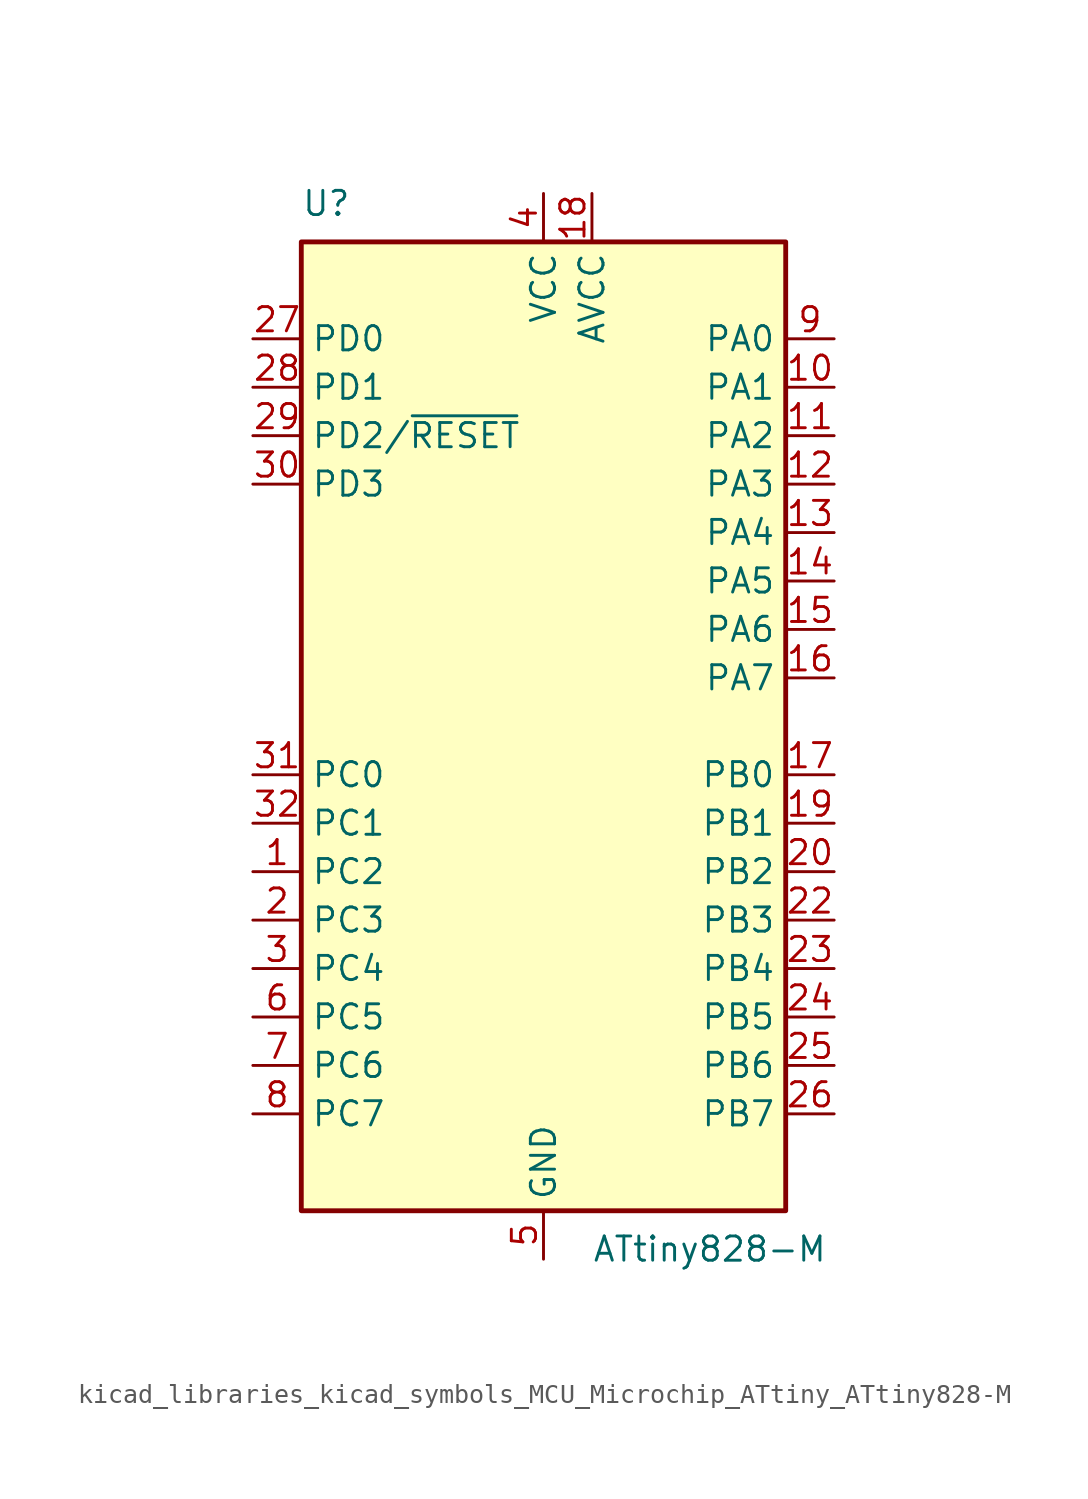
<source format=kicad_sym>
(kicad_symbol_lib
  (version 20220914)
  (generator kicad_symbol_editor)
  (symbol "kicad_libraries_kicad_symbols_MCU_Microchip_ATtiny_ATtiny828-M"
    (property "Reference" "U"
      (at -12.7 26.67 0)
      (effects (font (size 1.27 1.27)) (justify left bottom)))
    (property "Value" "ATtiny828-M"
      (at 2.54 -26.67 0)
      (effects (font (size 1.27 1.27)) (justify left top)))
    (symbol "kicad_libraries_kicad_symbols_MCU_Microchip_ATtiny_ATtiny828-M_0_1"
      (rectangle (start -12.7 -25.4) (end 12.7 25.4) (stroke (width 0.254) (type default)) (fill (type background))))
    (symbol "kicad_libraries_kicad_symbols_MCU_Microchip_ATtiny_ATtiny828-M_1_1"
      (pin bidirectional line (at -15.24 -7.62 0) (length 2.54) (name "PC2" (effects (font (size 1.27 1.27)))) (number "1" (effects (font (size 1.27 1.27)))))
      (pin bidirectional line (at 15.24 17.78 180) (length 2.54) (name "PA1" (effects (font (size 1.27 1.27)))) (number "10" (effects (font (size 1.27 1.27)))))
      (pin bidirectional line (at 15.24 15.24 180) (length 2.54) (name "PA2" (effects (font (size 1.27 1.27)))) (number "11" (effects (font (size 1.27 1.27)))))
      (pin bidirectional line (at 15.24 12.7 180) (length 2.54) (name "PA3" (effects (font (size 1.27 1.27)))) (number "12" (effects (font (size 1.27 1.27)))))
      (pin bidirectional line (at 15.24 10.16 180) (length 2.54) (name "PA4" (effects (font (size 1.27 1.27)))) (number "13" (effects (font (size 1.27 1.27)))))
      (pin bidirectional line (at 15.24 7.62 180) (length 2.54) (name "PA5" (effects (font (size 1.27 1.27)))) (number "14" (effects (font (size 1.27 1.27)))))
      (pin bidirectional line (at 15.24 5.08 180) (length 2.54) (name "PA6" (effects (font (size 1.27 1.27)))) (number "15" (effects (font (size 1.27 1.27)))))
      (pin bidirectional line (at 15.24 2.54 180) (length 2.54) (name "PA7" (effects (font (size 1.27 1.27)))) (number "16" (effects (font (size 1.27 1.27)))))
      (pin bidirectional line (at 15.24 -2.54 180) (length 2.54) (name "PB0" (effects (font (size 1.27 1.27)))) (number "17" (effects (font (size 1.27 1.27)))))
      (pin power_in line (at 2.54 27.94 270) (length 2.54) (name "AVCC" (effects (font (size 1.27 1.27)))) (number "18" (effects (font (size 1.27 1.27)))))
      (pin bidirectional line (at 15.24 -5.08 180) (length 2.54) (name "PB1" (effects (font (size 1.27 1.27)))) (number "19" (effects (font (size 1.27 1.27)))))
      (pin bidirectional line (at -15.24 -10.16 0) (length 2.54) (name "PC3" (effects (font (size 1.27 1.27)))) (number "2" (effects (font (size 1.27 1.27)))))
      (pin bidirectional line (at 15.24 -7.62 180) (length 2.54) (name "PB2" (effects (font (size 1.27 1.27)))) (number "20" (effects (font (size 1.27 1.27)))))
      (pin passive line (at 0 -27.94 90) (length 2.54) hide (name "GND" (effects (font (size 1.27 1.27)))) (number "21" (effects (font (size 1.27 1.27)))))
      (pin bidirectional line (at 15.24 -10.16 180) (length 2.54) (name "PB3" (effects (font (size 1.27 1.27)))) (number "22" (effects (font (size 1.27 1.27)))))
      (pin bidirectional line (at 15.24 -12.7 180) (length 2.54) (name "PB4" (effects (font (size 1.27 1.27)))) (number "23" (effects (font (size 1.27 1.27)))))
      (pin bidirectional line (at 15.24 -15.24 180) (length 2.54) (name "PB5" (effects (font (size 1.27 1.27)))) (number "24" (effects (font (size 1.27 1.27)))))
      (pin bidirectional line (at 15.24 -17.78 180) (length 2.54) (name "PB6" (effects (font (size 1.27 1.27)))) (number "25" (effects (font (size 1.27 1.27)))))
      (pin bidirectional line (at 15.24 -20.32 180) (length 2.54) (name "PB7" (effects (font (size 1.27 1.27)))) (number "26" (effects (font (size 1.27 1.27)))))
      (pin bidirectional line (at -15.24 20.32 0) (length 2.54) (name "PD0" (effects (font (size 1.27 1.27)))) (number "27" (effects (font (size 1.27 1.27)))))
      (pin bidirectional line (at -15.24 17.78 0) (length 2.54) (name "PD1" (effects (font (size 1.27 1.27)))) (number "28" (effects (font (size 1.27 1.27)))))
      (pin bidirectional line (at -15.24 15.24 0) (length 2.54) (name "PD2/~{RESET}" (effects (font (size 1.27 1.27)))) (number "29" (effects (font (size 1.27 1.27)))))
      (pin bidirectional line (at -15.24 -12.7 0) (length 2.54) (name "PC4" (effects (font (size 1.27 1.27)))) (number "3" (effects (font (size 1.27 1.27)))))
      (pin bidirectional line (at -15.24 12.7 0) (length 2.54) (name "PD3" (effects (font (size 1.27 1.27)))) (number "30" (effects (font (size 1.27 1.27)))))
      (pin bidirectional line (at -15.24 -2.54 0) (length 2.54) (name "PC0" (effects (font (size 1.27 1.27)))) (number "31" (effects (font (size 1.27 1.27)))))
      (pin bidirectional line (at -15.24 -5.08 0) (length 2.54) (name "PC1" (effects (font (size 1.27 1.27)))) (number "32" (effects (font (size 1.27 1.27)))))
      (pin passive line (at 0 -27.94 90) (length 2.54) hide (name "GND" (effects (font (size 1.27 1.27)))) (number "33" (effects (font (size 1.27 1.27)))))
      (pin power_in line (at 0 27.94 270) (length 2.54) (name "VCC" (effects (font (size 1.27 1.27)))) (number "4" (effects (font (size 1.27 1.27)))))
      (pin power_in line (at 0 -27.94 90) (length 2.54) (name "GND" (effects (font (size 1.27 1.27)))) (number "5" (effects (font (size 1.27 1.27)))))
      (pin bidirectional line (at -15.24 -15.24 0) (length 2.54) (name "PC5" (effects (font (size 1.27 1.27)))) (number "6" (effects (font (size 1.27 1.27)))))
      (pin bidirectional line (at -15.24 -17.78 0) (length 2.54) (name "PC6" (effects (font (size 1.27 1.27)))) (number "7" (effects (font (size 1.27 1.27)))))
      (pin bidirectional line (at -15.24 -20.32 0) (length 2.54) (name "PC7" (effects (font (size 1.27 1.27)))) (number "8" (effects (font (size 1.27 1.27)))))
      (pin bidirectional line (at 15.24 20.32 180) (length 2.54) (name "PA0" (effects (font (size 1.27 1.27)))) (number "9" (effects (font (size 1.27 1.27))))))))
</source>
